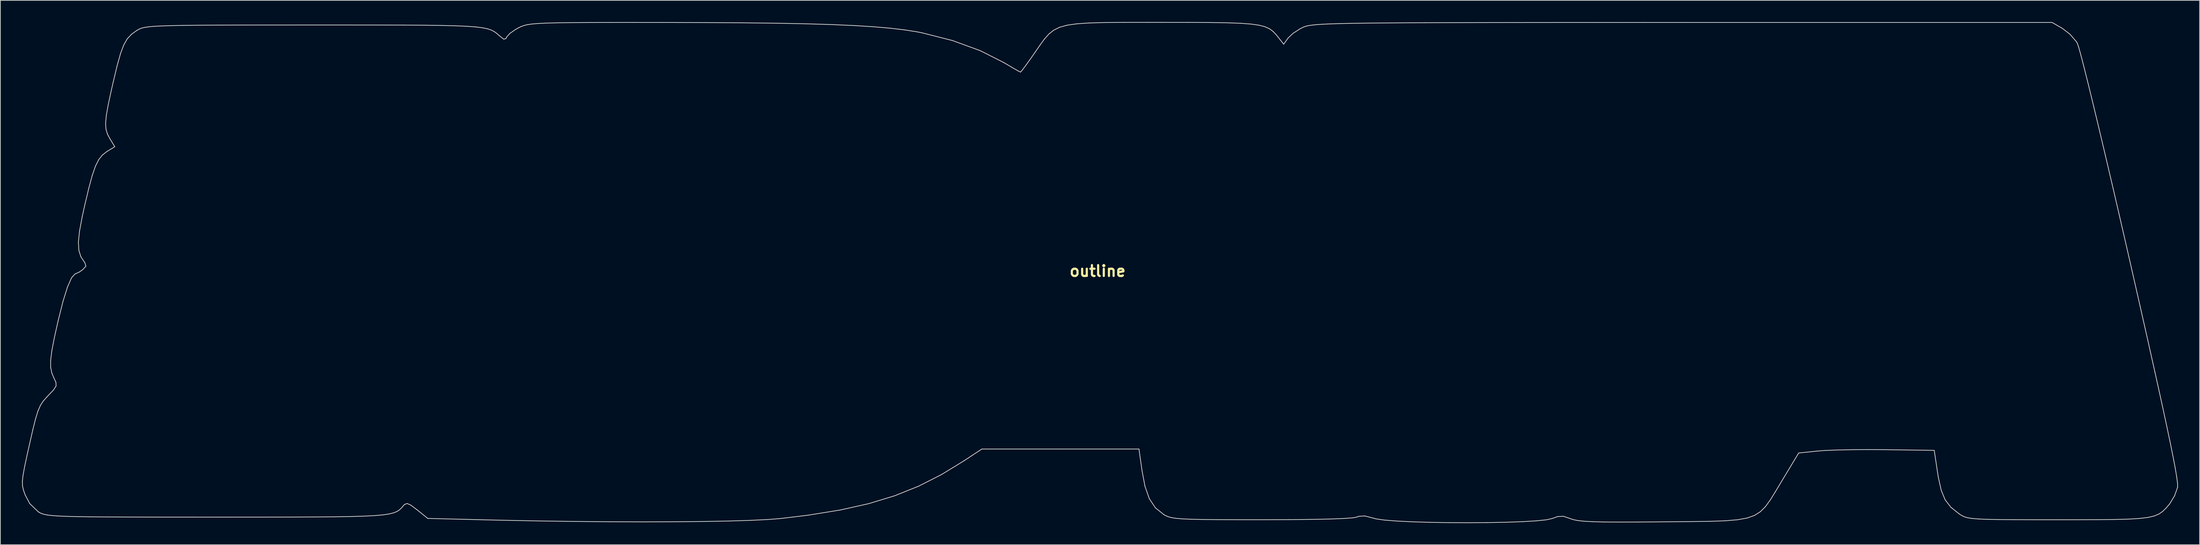
<source format=kicad_pcb>
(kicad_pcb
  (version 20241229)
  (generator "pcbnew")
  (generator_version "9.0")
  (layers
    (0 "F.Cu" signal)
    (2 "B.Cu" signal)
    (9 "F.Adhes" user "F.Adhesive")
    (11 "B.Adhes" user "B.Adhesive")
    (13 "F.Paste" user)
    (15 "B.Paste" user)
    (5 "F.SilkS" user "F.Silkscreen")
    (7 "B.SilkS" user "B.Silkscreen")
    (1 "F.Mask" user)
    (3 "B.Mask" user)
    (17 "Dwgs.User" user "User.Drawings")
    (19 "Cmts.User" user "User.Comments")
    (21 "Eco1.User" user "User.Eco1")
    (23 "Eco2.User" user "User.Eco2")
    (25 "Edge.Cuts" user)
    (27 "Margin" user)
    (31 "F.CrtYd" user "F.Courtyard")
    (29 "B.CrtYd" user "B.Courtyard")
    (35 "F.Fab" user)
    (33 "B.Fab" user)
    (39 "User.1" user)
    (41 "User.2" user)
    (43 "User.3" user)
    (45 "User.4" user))
  (footprint "outline"
    (layer "F.Cu")
    (at 149.045 34.522)
    (property "Reference" "outline" (at 0 0 0) (layer "F.SilkS") (effects (font (size 1.5 1.5) (thickness 0.3))))
    (attr board_only exclude_from_pos_files exclude_from_bom)
    (fp_line (start -148.995 29.164) (end -148.988 29.094) (stroke (width 0.1) (type default)) (layer "Edge.Cuts"))
    (fp_line (start -148.988 29.094) (end -148.902 28.3) (stroke (width 0.1) (type default)) (layer "Edge.Cuts"))
    (fp_line (start -148.969 29.816) (end -148.995 29.164) (stroke (width 0.1) (type default)) (layer "Edge.Cuts"))
    (fp_line (start -148.902 28.3) (end -148.678 27.086) (stroke (width 0.1) (type default)) (layer "Edge.Cuts"))
    (fp_line (start -148.836 30.391) (end -148.969 29.816) (stroke (width 0.1) (type default)) (layer "Edge.Cuts"))
    (fp_line (start -148.678 27.086) (end -148.313 25.384) (stroke (width 0.1) (type default)) (layer "Edge.Cuts"))
    (fp_line (start -148.608 31.028) (end -148.836 30.391) (stroke (width 0.1) (type default)) (layer "Edge.Cuts"))
    (fp_line (start -148.313 25.384) (end -148.017 24.058) (stroke (width 0.1) (type default)) (layer "Edge.Cuts"))
    (fp_line (start -148.017 24.058) (end -147.541 21.969) (stroke (width 0.1) (type default)) (layer "Edge.Cuts"))
    (fp_line (start -147.972 32.236) (end -148.608 31.028) (stroke (width 0.1) (type default)) (layer "Edge.Cuts"))
    (fp_line (start -147.541 21.969) (end -147.161 20.456) (stroke (width 0.1) (type default)) (layer "Edge.Cuts"))
    (fp_line (start -147.161 20.456) (end -146.827 19.381) (stroke (width 0.1) (type default)) (layer "Edge.Cuts"))
    (fp_line (start -146.827 19.381) (end -146.487 18.61) (stroke (width 0.1) (type default)) (layer "Edge.Cuts"))
    (fp_line (start -146.799 33.368) (end -147.972 32.236) (stroke (width 0.1) (type default)) (layer "Edge.Cuts"))
    (fp_line (start -146.637 33.465) (end -146.799 33.368) (stroke (width 0.1) (type default)) (layer "Edge.Cuts"))
    (fp_line (start -146.487 18.61) (end -146.089 18.006) (stroke (width 0.1) (type default)) (layer "Edge.Cuts"))
    (fp_line (start -146.366 33.6) (end -146.637 33.465) (stroke (width 0.1) (type default)) (layer "Edge.Cuts"))
    (fp_line (start -146.089 18.006) (end -145.581 17.434) (stroke (width 0.1) (type default)) (layer "Edge.Cuts"))
    (fp_line (start -146.027 33.714) (end -146.366 33.6) (stroke (width 0.1) (type default)) (layer "Edge.Cuts"))
    (fp_line (start -145.581 17.434) (end -145.443 17.292) (stroke (width 0.1) (type default)) (layer "Edge.Cuts"))
    (fp_line (start -145.565 33.81) (end -146.027 33.714) (stroke (width 0.1) (type default)) (layer "Edge.Cuts"))
    (fp_line (start -145.443 17.292) (end -144.662 16.464) (stroke (width 0.1) (type default)) (layer "Edge.Cuts"))
    (fp_line (start -145.079 12.389) (end -144.921 11.1) (stroke (width 0.1) (type default)) (layer "Edge.Cuts"))
    (fp_line (start -145.073 13.362) (end -145.079 12.389) (stroke (width 0.1) (type default)) (layer "Edge.Cuts"))
    (fp_line (start -144.925 33.889) (end -145.565 33.81) (stroke (width 0.1) (type default)) (layer "Edge.Cuts"))
    (fp_line (start -144.921 11.1) (end -144.592 9.37) (stroke (width 0.1) (type default)) (layer "Edge.Cuts"))
    (fp_line (start -144.912 14.144) (end -145.073 13.362) (stroke (width 0.1) (type default)) (layer "Edge.Cuts"))
    (fp_line (start -144.662 16.464) (end -144.323 15.918) (stroke (width 0.1) (type default)) (layer "Edge.Cuts"))
    (fp_line (start -144.607 14.861) (end -144.912 14.144) (stroke (width 0.1) (type default)) (layer "Edge.Cuts"))
    (fp_line (start -144.592 9.37) (end -144.082 7.074) (stroke (width 0.1) (type default)) (layer "Edge.Cuts"))
    (fp_line (start -144.346 15.428) (end -144.607 14.861) (stroke (width 0.1) (type default)) (layer "Edge.Cuts"))
    (fp_line (start -144.323 15.918) (end -144.346 15.428) (stroke (width 0.1) (type default)) (layer "Edge.Cuts"))
    (fp_line (start -144.082 7.074) (end -144.038 6.883) (stroke (width 0.1) (type default)) (layer "Edge.Cuts"))
    (fp_line (start -144.053 33.953) (end -144.925 33.889) (stroke (width 0.1) (type default)) (layer "Edge.Cuts"))
    (fp_line (start -144.038 6.883) (end -143.361 4.187) (stroke (width 0.1) (type default)) (layer "Edge.Cuts"))
    (fp_line (start -143.361 4.187) (end -142.74 2.201) (stroke (width 0.1) (type default)) (layer "Edge.Cuts"))
    (fp_line (start -142.894 34.003) (end -144.053 33.953) (stroke (width 0.1) (type default)) (layer "Edge.Cuts"))
    (fp_line (start -142.74 2.201) (end -142.177 0.929) (stroke (width 0.1) (type default)) (layer "Edge.Cuts"))
    (fp_line (start -142.177 0.929) (end -141.673 0.377) (stroke (width 0.1) (type default)) (layer "Edge.Cuts"))
    (fp_line (start -141.673 0.377) (end -141.563 0.351) (stroke (width 0.1) (type default)) (layer "Edge.Cuts"))
    (fp_line (start -141.563 0.351) (end -141.125 0.146) (stroke (width 0.1) (type default)) (layer "Edge.Cuts"))
    (fp_line (start -141.392 34.041) (end -142.894 34.003) (stroke (width 0.1) (type default)) (layer "Edge.Cuts"))
    (fp_line (start -141.233 -4.006) (end -141.079 -5.518) (stroke (width 0.1) (type default)) (layer "Edge.Cuts"))
    (fp_line (start -141.169 -2.868) (end -141.233 -4.006) (stroke (width 0.1) (type default)) (layer "Edge.Cuts"))
    (fp_line (start -141.125 0.146) (end -140.644 -0.182) (stroke (width 0.1) (type default)) (layer "Edge.Cuts"))
    (fp_line (start -141.079 -5.518) (end -140.706 -7.525) (stroke (width 0.1) (type default)) (layer "Edge.Cuts"))
    (fp_line (start -140.887 -1.981) (end -141.169 -2.868) (stroke (width 0.1) (type default)) (layer "Edge.Cuts"))
    (fp_line (start -140.706 -7.525) (end -140.372 -9.04) (stroke (width 0.1) (type default)) (layer "Edge.Cuts"))
    (fp_line (start -140.644 -0.182) (end -140.188 -0.68) (stroke (width 0.1) (type default)) (layer "Edge.Cuts"))
    (fp_line (start -140.387 -1.223) (end -140.887 -1.981) (stroke (width 0.1) (type default)) (layer "Edge.Cuts"))
    (fp_line (start -140.372 -9.04) (end -139.804 -11.435) (stroke (width 0.1) (type default)) (layer "Edge.Cuts"))
    (fp_line (start -140.34 -1.165) (end -140.387 -1.223) (stroke (width 0.1) (type default)) (layer "Edge.Cuts"))
    (fp_line (start -140.188 -0.68) (end -140.34 -1.165) (stroke (width 0.1) (type default)) (layer "Edge.Cuts"))
    (fp_line (start -139.804 -11.435) (end -139.32 -13.227) (stroke (width 0.1) (type default)) (layer "Edge.Cuts"))
    (fp_line (start -139.494 34.068) (end -141.392 34.041) (stroke (width 0.1) (type default)) (layer "Edge.Cuts"))
    (fp_line (start -139.32 -13.227) (end -138.874 -14.524) (stroke (width 0.1) (type default)) (layer "Edge.Cuts"))
    (fp_line (start -138.874 -14.524) (end -138.418 -15.438) (stroke (width 0.1) (type default)) (layer "Edge.Cuts"))
    (fp_line (start -138.418 -15.438) (end -137.908 -16.079) (stroke (width 0.1) (type default)) (layer "Edge.Cuts"))
    (fp_line (start -137.908 -16.079) (end -137.297 -16.558) (stroke (width 0.1) (type default)) (layer "Edge.Cuts"))
    (fp_line (start -137.462 -20.486) (end -137.36 -21.588) (stroke (width 0.1) (type default)) (layer "Edge.Cuts"))
    (fp_line (start -137.407 -19.657) (end -137.462 -20.486) (stroke (width 0.1) (type default)) (layer "Edge.Cuts"))
    (fp_line (start -137.36 -21.588) (end -137.093 -23.09) (stroke (width 0.1) (type default)) (layer "Edge.Cuts"))
    (fp_line (start -137.297 -16.558) (end -137.203 -16.617) (stroke (width 0.1) (type default)) (layer "Edge.Cuts"))
    (fp_line (start -137.203 -18.978) (end -137.407 -19.657) (stroke (width 0.1) (type default)) (layer "Edge.Cuts"))
    (fp_line (start -137.203 -16.617) (end -136.192 -17.236) (stroke (width 0.1) (type default)) (layer "Edge.Cuts"))
    (fp_line (start -137.144 34.087) (end -139.494 34.068) (stroke (width 0.1) (type default)) (layer "Edge.Cuts"))
    (fp_line (start -137.093 -23.09) (end -136.656 -25.115) (stroke (width 0.1) (type default)) (layer "Edge.Cuts"))
    (fp_line (start -136.855 -18.324) (end -137.203 -18.978) (stroke (width 0.1) (type default)) (layer "Edge.Cuts"))
    (fp_line (start -136.656 -25.115) (end -136.41 -26.19) (stroke (width 0.1) (type default)) (layer "Edge.Cuts"))
    (fp_line (start -136.41 -26.19) (end -135.868 -28.455) (stroke (width 0.1) (type default)) (layer "Edge.Cuts"))
    (fp_line (start -136.192 -17.236) (end -136.855 -18.324) (stroke (width 0.1) (type default)) (layer "Edge.Cuts"))
    (fp_line (start -135.868 -28.455) (end -135.4 -30.129) (stroke (width 0.1) (type default)) (layer "Edge.Cuts"))
    (fp_line (start -135.4 -30.129) (end -134.95 -31.333) (stroke (width 0.1) (type default)) (layer "Edge.Cuts"))
    (fp_line (start -134.95 -31.333) (end -134.461 -32.189) (stroke (width 0.1) (type default)) (layer "Edge.Cuts"))
    (fp_line (start -134.461 -32.189) (end -133.876 -32.821) (stroke (width 0.1) (type default)) (layer "Edge.Cuts"))
    (fp_line (start -134.288 34.099) (end -137.144 34.087) (stroke (width 0.1) (type default)) (layer "Edge.Cuts"))
    (fp_line (start -133.876 -32.821) (end -133.139 -33.349) (stroke (width 0.1) (type default)) (layer "Edge.Cuts"))
    (fp_line (start -133.139 -33.349) (end -133.058 -33.399) (stroke (width 0.1) (type default)) (layer "Edge.Cuts"))
    (fp_line (start -133.058 -33.399) (end -132.802 -33.541) (stroke (width 0.1) (type default)) (layer "Edge.Cuts"))
    (fp_line (start -132.802 -33.541) (end -132.499 -33.663) (stroke (width 0.1) (type default)) (layer "Edge.Cuts"))
    (fp_line (start -132.499 -33.663) (end -132.093 -33.766) (stroke (width 0.1) (type default)) (layer "Edge.Cuts"))
    (fp_line (start -132.093 -33.766) (end -131.531 -33.851) (stroke (width 0.1) (type default)) (layer "Edge.Cuts"))
    (fp_line (start -131.531 -33.851) (end -130.757 -33.921) (stroke (width 0.1) (type default)) (layer "Edge.Cuts"))
    (fp_line (start -130.87 34.105) (end -134.288 34.099) (stroke (width 0.1) (type default)) (layer "Edge.Cuts"))
    (fp_line (start -130.757 -33.921) (end -129.717 -33.977) (stroke (width 0.1) (type default)) (layer "Edge.Cuts"))
    (fp_line (start -129.717 -33.977) (end -128.354 -34.021) (stroke (width 0.1) (type default)) (layer "Edge.Cuts"))
    (fp_line (start -128.354 -34.021) (end -126.616 -34.053) (stroke (width 0.1) (type default)) (layer "Edge.Cuts"))
    (fp_line (start -126.836 34.108) (end -130.87 34.105) (stroke (width 0.1) (type default)) (layer "Edge.Cuts"))
    (fp_line (start -126.616 -34.053) (end -124.446 -34.076) (stroke (width 0.1) (type default)) (layer "Edge.Cuts"))
    (fp_line (start -124.446 -34.076) (end -121.79 -34.092) (stroke (width 0.1) (type default)) (layer "Edge.Cuts"))
    (fp_line (start -122.131 34.109) (end -126.836 34.108) (stroke (width 0.1) (type default)) (layer "Edge.Cuts"))
    (fp_line (start -121.79 -34.092) (end -118.592 -34.101) (stroke (width 0.1) (type default)) (layer "Edge.Cuts"))
    (fp_line (start -120.476 34.109) (end -122.131 34.109) (stroke (width 0.1) (type default)) (layer "Edge.Cuts"))
    (fp_line (start -118.592 -34.101) (end -114.799 -34.105) (stroke (width 0.1) (type default)) (layer "Edge.Cuts"))
    (fp_line (start -115.879 34.107) (end -120.476 34.109) (stroke (width 0.1) (type default)) (layer "Edge.Cuts"))
    (fp_line (start -114.799 -34.105) (end -110.355 -34.107) (stroke (width 0.1) (type default)) (layer "Edge.Cuts"))
    (fp_line (start -111.937 34.102) (end -115.879 34.107) (stroke (width 0.1) (type default)) (layer "Edge.Cuts"))
    (fp_line (start -110.355 -34.107) (end -108.561 -34.107) (stroke (width 0.1) (type default)) (layer "Edge.Cuts"))
    (fp_line (start -108.596 34.089) (end -111.937 34.102) (stroke (width 0.1) (type default)) (layer "Edge.Cuts"))
    (fp_line (start -108.561 -34.107) (end -103.802 -34.107) (stroke (width 0.1) (type default)) (layer "Edge.Cuts"))
    (fp_line (start -105.803 34.066) (end -108.596 34.089) (stroke (width 0.1) (type default)) (layer "Edge.Cuts"))
    (fp_line (start -103.802 -34.107) (end -99.713 -34.104) (stroke (width 0.1) (type default)) (layer "Edge.Cuts"))
    (fp_line (start -103.503 34.028) (end -105.803 34.066) (stroke (width 0.1) (type default)) (layer "Edge.Cuts"))
    (fp_line (start -101.644 33.973) (end -103.503 34.028) (stroke (width 0.1) (type default)) (layer "Edge.Cuts"))
    (fp_line (start -100.171 33.897) (end -101.644 33.973) (stroke (width 0.1) (type default)) (layer "Edge.Cuts"))
    (fp_line (start -99.713 -34.104) (end -96.24 -34.095) (stroke (width 0.1) (type default)) (layer "Edge.Cuts"))
    (fp_line (start -99.031 33.798) (end -100.171 33.897) (stroke (width 0.1) (type default)) (layer "Edge.Cuts"))
    (fp_line (start -98.171 33.671) (end -99.031 33.798) (stroke (width 0.1) (type default)) (layer "Edge.Cuts"))
    (fp_line (start -97.537 33.513) (end -98.171 33.671) (stroke (width 0.1) (type default)) (layer "Edge.Cuts"))
    (fp_line (start -97.075 33.322) (end -97.537 33.513) (stroke (width 0.1) (type default)) (layer "Edge.Cuts"))
    (fp_line (start -96.731 33.093) (end -97.075 33.322) (stroke (width 0.1) (type default)) (layer "Edge.Cuts"))
    (fp_line (start -96.453 32.824) (end -96.731 33.093) (stroke (width 0.1) (type default)) (layer "Edge.Cuts"))
    (fp_line (start -96.24 -34.095) (end -93.328 -34.076) (stroke (width 0.1) (type default)) (layer "Edge.Cuts"))
    (fp_line (start -96.186 32.511) (end -96.453 32.824) (stroke (width 0.1) (type default)) (layer "Edge.Cuts"))
    (fp_line (start -96.04 32.355) (end -96.186 32.511) (stroke (width 0.1) (type default)) (layer "Edge.Cuts"))
    (fp_line (start -95.682 32.22) (end -96.04 32.355) (stroke (width 0.1) (type default)) (layer "Edge.Cuts"))
    (fp_line (start -95.154 32.456) (end -95.682 32.22) (stroke (width 0.1) (type default)) (layer "Edge.Cuts"))
    (fp_line (start -94.271 33.122) (end -95.154 32.456) (stroke (width 0.1) (type default)) (layer "Edge.Cuts"))
    (fp_line (start -93.328 -34.076) (end -90.921 -34.044) (stroke (width 0.1) (type default)) (layer "Edge.Cuts"))
    (fp_line (start -92.819 34.29) (end -94.271 33.122) (stroke (width 0.1) (type default)) (layer "Edge.Cuts"))
    (fp_line (start -90.921 -34.044) (end -88.965 -33.996) (stroke (width 0.1) (type default)) (layer "Edge.Cuts"))
    (fp_line (start -88.965 -33.996) (end -87.404 -33.929) (stroke (width 0.1) (type default)) (layer "Edge.Cuts"))
    (fp_line (start -87.404 -33.929) (end -86.184 -33.84) (stroke (width 0.1) (type default)) (layer "Edge.Cuts"))
    (fp_line (start -86.184 -33.84) (end -85.249 -33.725) (stroke (width 0.1) (type default)) (layer "Edge.Cuts"))
    (fp_line (start -85.249 -33.725) (end -84.545 -33.581) (stroke (width 0.1) (type default)) (layer "Edge.Cuts"))
    (fp_line (start -84.782 34.488) (end -92.819 34.29) (stroke (width 0.1) (type default)) (layer "Edge.Cuts"))
    (fp_line (start -84.545 -33.581) (end -84.016 -33.404) (stroke (width 0.1) (type default)) (layer "Edge.Cuts"))
    (fp_line (start -84.016 -33.404) (end -83.608 -33.193) (stroke (width 0.1) (type default)) (layer "Edge.Cuts"))
    (fp_line (start -83.608 -33.193) (end -83.265 -32.942) (stroke (width 0.1) (type default)) (layer "Edge.Cuts"))
    (fp_line (start -83.265 -32.942) (end -82.932 -32.65) (stroke (width 0.1) (type default)) (layer "Edge.Cuts"))
    (fp_line (start -82.932 -32.65) (end -82.869 -32.592) (stroke (width 0.1) (type default)) (layer "Edge.Cuts"))
    (fp_line (start -82.869 -32.592) (end -82.295 -32.148) (stroke (width 0.1) (type default)) (layer "Edge.Cuts"))
    (fp_line (start -82.628 34.538) (end -84.782 34.488) (stroke (width 0.1) (type default)) (layer "Edge.Cuts"))
    (fp_line (start -82.295 -32.148) (end -81.999 -32.214) (stroke (width 0.1) (type default)) (layer "Edge.Cuts"))
    (fp_line (start -81.999 -32.214) (end -81.888 -32.44) (stroke (width 0.1) (type default)) (layer "Edge.Cuts"))
    (fp_line (start -81.888 -32.44) (end -81.454 -32.931) (stroke (width 0.1) (type default)) (layer "Edge.Cuts"))
    (fp_line (start -81.454 -32.931) (end -80.611 -33.517) (stroke (width 0.1) (type default)) (layer "Edge.Cuts"))
    (fp_line (start -80.611 -33.517) (end -80.224 -33.729) (stroke (width 0.1) (type default)) (layer "Edge.Cuts"))
    (fp_line (start -80.224 -33.729) (end -79.876 -33.896) (stroke (width 0.1) (type default)) (layer "Edge.Cuts"))
    (fp_line (start -79.876 -33.896) (end -79.498 -34.035) (stroke (width 0.1) (type default)) (layer "Edge.Cuts"))
    (fp_line (start -79.498 -34.035) (end -79.026 -34.15) (stroke (width 0.1) (type default)) (layer "Edge.Cuts"))
    (fp_line (start -79.026 -34.15) (end -78.398 -34.242) (stroke (width 0.1) (type default)) (layer "Edge.Cuts"))
    (fp_line (start -78.398 -34.242) (end -77.548 -34.315) (stroke (width 0.1) (type default)) (layer "Edge.Cuts"))
    (fp_line (start -77.548 -34.315) (end -76.415 -34.37) (stroke (width 0.1) (type default)) (layer "Edge.Cuts"))
    (fp_line (start -77.547 34.638) (end -82.628 34.538) (stroke (width 0.1) (type default)) (layer "Edge.Cuts"))
    (fp_line (start -76.415 -34.37) (end -74.933 -34.409) (stroke (width 0.1) (type default)) (layer "Edge.Cuts"))
    (fp_line (start -74.933 -34.409) (end -73.04 -34.435) (stroke (width 0.1) (type default)) (layer "Edge.Cuts"))
    (fp_line (start -73.04 -34.435) (end -70.672 -34.451) (stroke (width 0.1) (type default)) (layer "Edge.Cuts"))
    (fp_line (start -72.541 34.709) (end -77.547 34.638) (stroke (width 0.1) (type default)) (layer "Edge.Cuts"))
    (fp_line (start -70.672 -34.451) (end -67.766 -34.459) (stroke (width 0.1) (type default)) (layer "Edge.Cuts"))
    (fp_line (start -67.766 -34.459) (end -64.257 -34.46) (stroke (width 0.1) (type default)) (layer "Edge.Cuts"))
    (fp_line (start -67.685 34.752) (end -72.541 34.709) (stroke (width 0.1) (type default)) (layer "Edge.Cuts"))
    (fp_line (start -64.257 -34.46) (end -60.339 -34.458) (stroke (width 0.1) (type default)) (layer "Edge.Cuts"))
    (fp_line (start -63.049 34.767) (end -67.685 34.752) (stroke (width 0.1) (type default)) (layer "Edge.Cuts"))
    (fp_line (start -60.339 -34.458) (end -54.387 -34.444) (stroke (width 0.1) (type default)) (layer "Edge.Cuts"))
    (fp_line (start -58.706 34.755) (end -63.049 34.767) (stroke (width 0.1) (type default)) (layer "Edge.Cuts"))
    (fp_line (start -54.728 34.717) (end -58.706 34.755) (stroke (width 0.1) (type default)) (layer "Edge.Cuts"))
    (fp_line (start -54.387 -34.444) (end -49.108 -34.41) (stroke (width 0.1) (type default)) (layer "Edge.Cuts"))
    (fp_line (start -51.187 34.652) (end -54.728 34.717) (stroke (width 0.1) (type default)) (layer "Edge.Cuts"))
    (fp_line (start -49.108 -34.41) (end -44.454 -34.353) (stroke (width 0.1) (type default)) (layer "Edge.Cuts"))
    (fp_line (start -48.155 34.56) (end -51.187 34.652) (stroke (width 0.1) (type default)) (layer "Edge.Cuts"))
    (fp_line (start -45.704 34.443) (end -48.155 34.56) (stroke (width 0.1) (type default)) (layer "Edge.Cuts"))
    (fp_line (start -44.454 -34.353) (end -40.372 -34.272) (stroke (width 0.1) (type default)) (layer "Edge.Cuts"))
    (fp_line (start -43.906 34.3) (end -45.704 34.443) (stroke (width 0.1) (type default)) (layer "Edge.Cuts"))
    (fp_line (start -40.372 -34.272) (end -36.812 -34.165) (stroke (width 0.1) (type default)) (layer "Edge.Cuts"))
    (fp_line (start -40.148 33.845) (end -43.906 34.3) (stroke (width 0.1) (type default)) (layer "Edge.Cuts"))
    (fp_line (start -36.812 -34.165) (end -33.724 -34.03) (stroke (width 0.1) (type default)) (layer "Edge.Cuts"))
    (fp_line (start -35.669 33.124) (end -40.148 33.845) (stroke (width 0.1) (type default)) (layer "Edge.Cuts"))
    (fp_line (start -33.724 -34.03) (end -31.055 -33.864) (stroke (width 0.1) (type default)) (layer "Edge.Cuts"))
    (fp_line (start -31.697 32.236) (end -35.669 33.124) (stroke (width 0.1) (type default)) (layer "Edge.Cuts"))
    (fp_line (start -31.055 -33.864) (end -28.756 -33.666) (stroke (width 0.1) (type default)) (layer "Edge.Cuts"))
    (fp_line (start -28.756 -33.666) (end -26.775 -33.433) (stroke (width 0.1) (type default)) (layer "Edge.Cuts"))
    (fp_line (start -28.111 31.145) (end -31.697 32.236) (stroke (width 0.1) (type default)) (layer "Edge.Cuts"))
    (fp_line (start -26.775 -33.433) (end -25.062 -33.165) (stroke (width 0.1) (type default)) (layer "Edge.Cuts"))
    (fp_line (start -25.062 -33.165) (end -24.34 -33.026) (stroke (width 0.1) (type default)) (layer "Edge.Cuts"))
    (fp_line (start -24.79 29.812) (end -28.111 31.145) (stroke (width 0.1) (type default)) (layer "Edge.Cuts"))
    (fp_line (start -24.34 -33.026) (end -20.122 -31.955) (stroke (width 0.1) (type default)) (layer "Edge.Cuts"))
    (fp_line (start -21.612 28.198) (end -24.79 29.812) (stroke (width 0.1) (type default)) (layer "Edge.Cuts"))
    (fp_line (start -20.122 -31.955) (end -16.282 -30.557) (stroke (width 0.1) (type default)) (layer "Edge.Cuts"))
    (fp_line (start -18.457 26.265) (end -21.612 28.198) (stroke (width 0.1) (type default)) (layer "Edge.Cuts"))
    (fp_line (start -16.282 -30.557) (end -12.975 -28.888) (stroke (width 0.1) (type default)) (layer "Edge.Cuts"))
    (fp_line (start -16.05 24.674) (end -18.457 26.265) (stroke (width 0.1) (type default)) (layer "Edge.Cuts"))
    (fp_line (start -12.975 -28.888) (end -12.909 -28.848) (stroke (width 0.1) (type default)) (layer "Edge.Cuts"))
    (fp_line (start -12.909 -28.848) (end -11.834 -28.211) (stroke (width 0.1) (type default)) (layer "Edge.Cuts"))
    (fp_line (start -11.834 -28.211) (end -11.035 -27.754) (stroke (width 0.1) (type default)) (layer "Edge.Cuts"))
    (fp_line (start -11.035 -27.754) (end -10.683 -27.577) (stroke (width 0.1) (type default)) (layer "Edge.Cuts"))
    (fp_line (start -10.683 -27.577) (end -10.682 -27.577) (stroke (width 0.1) (type default)) (layer "Edge.Cuts"))
    (fp_line (start -10.682 -27.577) (end -10.44 -27.855) (stroke (width 0.1) (type default)) (layer "Edge.Cuts"))
    (fp_line (start -10.44 -27.855) (end -9.885 -28.599) (stroke (width 0.1) (type default)) (layer "Edge.Cuts"))
    (fp_line (start -9.885 -28.599) (end -9.117 -29.678) (stroke (width 0.1) (type default)) (layer "Edge.Cuts"))
    (fp_line (start -9.117 -29.678) (end -8.668 -30.323) (stroke (width 0.1) (type default)) (layer "Edge.Cuts"))
    (fp_line (start -8.668 -30.323) (end -7.961 -31.35) (stroke (width 0.1) (type default)) (layer "Edge.Cuts"))
    (fp_line (start -7.961 -31.35) (end -7.345 -32.193) (stroke (width 0.1) (type default)) (layer "Edge.Cuts"))
    (fp_line (start -7.345 -32.193) (end -6.742 -32.868) (stroke (width 0.1) (type default)) (layer "Edge.Cuts"))
    (fp_line (start -6.742 -32.868) (end -6.074 -33.395) (stroke (width 0.1) (type default)) (layer "Edge.Cuts"))
    (fp_line (start -6.074 -33.395) (end -5.265 -33.792) (stroke (width 0.1) (type default)) (layer "Edge.Cuts"))
    (fp_line (start -5.265 -33.792) (end -4.236 -34.078) (stroke (width 0.1) (type default)) (layer "Edge.Cuts"))
    (fp_line (start -5.159 24.674) (end -16.05 24.674) (stroke (width 0.1) (type default)) (layer "Edge.Cuts"))
    (fp_line (start -4.236 -34.078) (end -2.909 -34.27) (stroke (width 0.1) (type default)) (layer "Edge.Cuts"))
    (fp_line (start -2.909 -34.27) (end -1.208 -34.387) (stroke (width 0.1) (type default)) (layer "Edge.Cuts"))
    (fp_line (start -1.208 -34.387) (end 0.946 -34.448) (stroke (width 0.1) (type default)) (layer "Edge.Cuts"))
    (fp_line (start 0.946 -34.448) (end 3.63 -34.47) (stroke (width 0.1) (type default)) (layer "Edge.Cuts"))
    (fp_line (start 3.63 -34.47) (end 6.923 -34.472) (stroke (width 0.1) (type default)) (layer "Edge.Cuts"))
    (fp_line (start 5.731 24.674) (end -5.159 24.674) (stroke (width 0.1) (type default)) (layer "Edge.Cuts"))
    (fp_line (start 6.162 27.714) (end 5.731 24.674) (stroke (width 0.1) (type default)) (layer "Edge.Cuts"))
    (fp_line (start 6.565 29.846) (end 6.162 27.714) (stroke (width 0.1) (type default)) (layer "Edge.Cuts"))
    (fp_line (start 6.923 -34.472) (end 8.887 -34.471) (stroke (width 0.1) (type default)) (layer "Edge.Cuts"))
    (fp_line (start 7.167 31.563) (end 6.565 29.846) (stroke (width 0.1) (type default)) (layer "Edge.Cuts"))
    (fp_line (start 8.01 32.82) (end 7.167 31.563) (stroke (width 0.1) (type default)) (layer "Edge.Cuts"))
    (fp_line (start 8.887 -34.471) (end 12.522 -34.468) (stroke (width 0.1) (type default)) (layer "Edge.Cuts"))
    (fp_line (start 9.159 33.748) (end 8.01 32.82) (stroke (width 0.1) (type default)) (layer "Edge.Cuts"))
    (fp_line (start 9.354 33.861) (end 9.159 33.748) (stroke (width 0.1) (type default)) (layer "Edge.Cuts"))
    (fp_line (start 9.725 34.033) (end 9.354 33.861) (stroke (width 0.1) (type default)) (layer "Edge.Cuts"))
    (fp_line (start 10.194 34.169) (end 9.725 34.033) (stroke (width 0.1) (type default)) (layer "Edge.Cuts"))
    (fp_line (start 10.838 34.274) (end 10.194 34.169) (stroke (width 0.1) (type default)) (layer "Edge.Cuts"))
    (fp_line (start 11.737 34.351) (end 10.838 34.274) (stroke (width 0.1) (type default)) (layer "Edge.Cuts"))
    (fp_line (start 12.522 -34.468) (end 15.505 -34.452) (stroke (width 0.1) (type default)) (layer "Edge.Cuts"))
    (fp_line (start 12.968 34.404) (end 11.737 34.351) (stroke (width 0.1) (type default)) (layer "Edge.Cuts"))
    (fp_line (start 14.611 34.439) (end 12.968 34.404) (stroke (width 0.1) (type default)) (layer "Edge.Cuts"))
    (fp_line (start 15.505 -34.452) (end 17.909 -34.414) (stroke (width 0.1) (type default)) (layer "Edge.Cuts"))
    (fp_line (start 16.744 34.459) (end 14.611 34.439) (stroke (width 0.1) (type default)) (layer "Edge.Cuts"))
    (fp_line (start 17.909 -34.414) (end 19.809 -34.344) (stroke (width 0.1) (type default)) (layer "Edge.Cuts"))
    (fp_line (start 19.445 34.468) (end 16.744 34.459) (stroke (width 0.1) (type default)) (layer "Edge.Cuts"))
    (fp_line (start 19.809 -34.344) (end 21.279 -34.234) (stroke (width 0.1) (type default)) (layer "Edge.Cuts"))
    (fp_line (start 21.279 -34.234) (end 22.392 -34.074) (stroke (width 0.1) (type default)) (layer "Edge.Cuts"))
    (fp_line (start 22.392 -34.074) (end 23.221 -33.855) (stroke (width 0.1) (type default)) (layer "Edge.Cuts"))
    (fp_line (start 22.793 34.47) (end 19.445 34.468) (stroke (width 0.1) (type default)) (layer "Edge.Cuts"))
    (fp_line (start 23.221 -33.855) (end 23.842 -33.567) (stroke (width 0.1) (type default)) (layer "Edge.Cuts"))
    (fp_line (start 23.842 -33.567) (end 24.327 -33.202) (stroke (width 0.1) (type default)) (layer "Edge.Cuts"))
    (fp_line (start 24.327 -33.202) (end 24.75 -32.751) (stroke (width 0.1) (type default)) (layer "Edge.Cuts"))
    (fp_line (start 24.75 -32.751) (end 24.988 -32.456) (stroke (width 0.1) (type default)) (layer "Edge.Cuts"))
    (fp_line (start 24.988 -32.456) (end 25.786 -31.441) (stroke (width 0.1) (type default)) (layer "Edge.Cuts"))
    (fp_line (start 25.786 -31.441) (end 26.367 -32.27) (stroke (width 0.1) (type default)) (layer "Edge.Cuts"))
    (fp_line (start 26.367 -32.27) (end 27.063 -32.94) (stroke (width 0.1) (type default)) (layer "Edge.Cuts"))
    (fp_line (start 26.474 34.459) (end 22.793 34.47) (stroke (width 0.1) (type default)) (layer "Edge.Cuts"))
    (fp_line (start 27.063 -32.94) (end 28.093 -33.605) (stroke (width 0.1) (type default)) (layer "Edge.Cuts"))
    (fp_line (start 28.093 -33.605) (end 28.442 -33.777) (stroke (width 0.1) (type default)) (layer "Edge.Cuts"))
    (fp_line (start 28.442 -33.777) (end 28.67 -33.871) (stroke (width 0.1) (type default)) (layer "Edge.Cuts"))
    (fp_line (start 28.67 -33.871) (end 28.945 -33.957) (stroke (width 0.1) (type default)) (layer "Edge.Cuts"))
    (fp_line (start 28.945 -33.957) (end 29.3 -34.033) (stroke (width 0.1) (type default)) (layer "Edge.Cuts"))
    (fp_line (start 29.3 -34.033) (end 29.774 -34.101) (stroke (width 0.1) (type default)) (layer "Edge.Cuts"))
    (fp_line (start 29.615 34.426) (end 26.474 34.459) (stroke (width 0.1) (type default)) (layer "Edge.Cuts"))
    (fp_line (start 29.774 -34.101) (end 30.401 -34.162) (stroke (width 0.1) (type default)) (layer "Edge.Cuts"))
    (fp_line (start 30.401 -34.162) (end 31.219 -34.215) (stroke (width 0.1) (type default)) (layer "Edge.Cuts"))
    (fp_line (start 31.219 -34.215) (end 32.264 -34.262) (stroke (width 0.1) (type default)) (layer "Edge.Cuts"))
    (fp_line (start 32.167 34.373) (end 29.615 34.426) (stroke (width 0.1) (type default)) (layer "Edge.Cuts"))
    (fp_line (start 32.264 -34.262) (end 33.572 -34.302) (stroke (width 0.1) (type default)) (layer "Edge.Cuts"))
    (fp_line (start 33.572 -34.302) (end 35.179 -34.336) (stroke (width 0.1) (type default)) (layer "Edge.Cuts"))
    (fp_line (start 34.096 34.299) (end 32.167 34.373) (stroke (width 0.1) (type default)) (layer "Edge.Cuts"))
    (fp_line (start 35.179 -34.336) (end 37.122 -34.365) (stroke (width 0.1) (type default)) (layer "Edge.Cuts"))
    (fp_line (start 35.368 34.206) (end 34.096 34.299) (stroke (width 0.1) (type default)) (layer "Edge.Cuts"))
    (fp_line (start 35.949 34.095) (end 35.368 34.206) (stroke (width 0.1) (type default)) (layer "Edge.Cuts"))
    (fp_line (start 36.184 33.995) (end 35.949 34.095) (stroke (width 0.1) (type default)) (layer "Edge.Cuts"))
    (fp_line (start 37.036 33.948) (end 36.184 33.995) (stroke (width 0.1) (type default)) (layer "Edge.Cuts"))
    (fp_line (start 37.122 -34.365) (end 39.437 -34.388) (stroke (width 0.1) (type default)) (layer "Edge.Cuts"))
    (fp_line (start 38.296 34.276) (end 37.036 33.948) (stroke (width 0.1) (type default)) (layer "Edge.Cuts"))
    (fp_line (start 38.568 34.349) (end 38.296 34.276) (stroke (width 0.1) (type default)) (layer "Edge.Cuts"))
    (fp_line (start 39.437 -34.388) (end 42.16 -34.408) (stroke (width 0.1) (type default)) (layer "Edge.Cuts"))
    (fp_line (start 39.714 34.515) (end 38.568 34.349) (stroke (width 0.1) (type default)) (layer "Edge.Cuts"))
    (fp_line (start 41.406 34.65) (end 39.714 34.515) (stroke (width 0.1) (type default)) (layer "Edge.Cuts"))
    (fp_line (start 42.16 -34.408) (end 45.327 -34.423) (stroke (width 0.1) (type default)) (layer "Edge.Cuts"))
    (fp_line (start 43.529 34.756) (end 41.406 34.65) (stroke (width 0.1) (type default)) (layer "Edge.Cuts"))
    (fp_line (start 45.327 -34.423) (end 48.975 -34.435) (stroke (width 0.1) (type default)) (layer "Edge.Cuts"))
    (fp_line (start 45.968 34.83) (end 43.529 34.756) (stroke (width 0.1) (type default)) (layer "Edge.Cuts"))
    (fp_line (start 48.607 34.874) (end 45.968 34.83) (stroke (width 0.1) (type default)) (layer "Edge.Cuts"))
    (fp_line (start 48.975 -34.435) (end 53.141 -34.444) (stroke (width 0.1) (type default)) (layer "Edge.Cuts"))
    (fp_line (start 51.331 34.887) (end 48.607 34.874) (stroke (width 0.1) (type default)) (layer "Edge.Cuts"))
    (fp_line (start 53.141 -34.444) (end 57.859 -34.45) (stroke (width 0.1) (type default)) (layer "Edge.Cuts"))
    (fp_line (start 54.023 34.869) (end 51.331 34.887) (stroke (width 0.1) (type default)) (layer "Edge.Cuts"))
    (fp_line (start 56.568 34.82) (end 54.023 34.869) (stroke (width 0.1) (type default)) (layer "Edge.Cuts"))
    (fp_line (start 57.859 -34.45) (end 63.167 -34.454) (stroke (width 0.1) (type default)) (layer "Edge.Cuts"))
    (fp_line (start 58.851 34.74) (end 56.568 34.82) (stroke (width 0.1) (type default)) (layer "Edge.Cuts"))
    (fp_line (start 60.755 34.628) (end 58.851 34.74) (stroke (width 0.1) (type default)) (layer "Edge.Cuts"))
    (fp_line (start 62.166 34.484) (end 60.755 34.628) (stroke (width 0.1) (type default)) (layer "Edge.Cuts"))
    (fp_line (start 62.967 34.309) (end 62.166 34.484) (stroke (width 0.1) (type default)) (layer "Edge.Cuts"))
    (fp_line (start 63.167 -34.454) (end 69.102 -34.456) (stroke (width 0.1) (type default)) (layer "Edge.Cuts"))
    (fp_line (start 63.766 34.025) (end 62.967 34.309) (stroke (width 0.1) (type default)) (layer "Edge.Cuts"))
    (fp_line (start 64.551 33.997) (end 63.766 34.025) (stroke (width 0.1) (type default)) (layer "Edge.Cuts"))
    (fp_line (start 65.529 34.327) (end 64.551 33.997) (stroke (width 0.1) (type default)) (layer "Edge.Cuts"))
    (fp_line (start 65.923 34.461) (end 65.529 34.327) (stroke (width 0.1) (type default)) (layer "Edge.Cuts"))
    (fp_line (start 66.551 34.587) (end 65.923 34.461) (stroke (width 0.1) (type default)) (layer "Edge.Cuts"))
    (fp_line (start 67.427 34.681) (end 66.551 34.587) (stroke (width 0.1) (type default)) (layer "Edge.Cuts"))
    (fp_line (start 68.631 34.745) (end 67.427 34.681) (stroke (width 0.1) (type default)) (layer "Edge.Cuts"))
    (fp_line (start 69.102 -34.456) (end 75.698 -34.457) (stroke (width 0.1) (type default)) (layer "Edge.Cuts"))
    (fp_line (start 70.243 34.783) (end 68.631 34.745) (stroke (width 0.1) (type default)) (layer "Edge.Cuts"))
    (fp_line (start 72.342 34.796) (end 70.243 34.783) (stroke (width 0.1) (type default)) (layer "Edge.Cuts"))
    (fp_line (start 75.008 34.789) (end 72.342 34.796) (stroke (width 0.1) (type default)) (layer "Edge.Cuts"))
    (fp_line (start 75.698 -34.457) (end 81.099 -34.457) (stroke (width 0.1) (type default)) (layer "Edge.Cuts"))
    (fp_line (start 78.32 34.762) (end 75.008 34.789) (stroke (width 0.1) (type default)) (layer "Edge.Cuts"))
    (fp_line (start 78.828 34.758) (end 78.32 34.762) (stroke (width 0.1) (type default)) (layer "Edge.Cuts"))
    (fp_line (start 81.099 -34.457) (end 132.261 -34.459) (stroke (width 0.1) (type default)) (layer "Edge.Cuts"))
    (fp_line (start 82.149 34.73) (end 78.828 34.758) (stroke (width 0.1) (type default)) (layer "Edge.Cuts"))
    (fp_line (start 84.842 34.692) (end 82.149 34.73) (stroke (width 0.1) (type default)) (layer "Edge.Cuts"))
    (fp_line (start 86.99 34.617) (end 84.842 34.692) (stroke (width 0.1) (type default)) (layer "Edge.Cuts"))
    (fp_line (start 88.678 34.474) (end 86.99 34.617) (stroke (width 0.1) (type default)) (layer "Edge.Cuts"))
    (fp_line (start 89.992 34.237) (end 88.678 34.474) (stroke (width 0.1) (type default)) (layer "Edge.Cuts"))
    (fp_line (start 91.015 33.875) (end 89.992 34.237) (stroke (width 0.1) (type default)) (layer "Edge.Cuts"))
    (fp_line (start 91.834 33.36) (end 91.015 33.875) (stroke (width 0.1) (type default)) (layer "Edge.Cuts"))
    (fp_line (start 92.531 32.663) (end 91.834 33.36) (stroke (width 0.1) (type default)) (layer "Edge.Cuts"))
    (fp_line (start 93.193 31.757) (end 92.531 32.663) (stroke (width 0.1) (type default)) (layer "Edge.Cuts"))
    (fp_line (start 93.903 30.611) (end 93.193 31.757) (stroke (width 0.1) (type default)) (layer "Edge.Cuts"))
    (fp_line (start 94.747 29.198) (end 93.903 30.611) (stroke (width 0.1) (type default)) (layer "Edge.Cuts"))
    (fp_line (start 97.147 25.219) (end 94.747 29.198) (stroke (width 0.1) (type default)) (layer "Edge.Cuts"))
    (fp_line (start 99.827 24.943) (end 97.147 25.219) (stroke (width 0.1) (type default)) (layer "Edge.Cuts"))
    (fp_line (start 100.744 24.875) (end 99.827 24.943) (stroke (width 0.1) (type default)) (layer "Edge.Cuts"))
    (fp_line (start 102.438 24.806) (end 100.744 24.875) (stroke (width 0.1) (type default)) (layer "Edge.Cuts"))
    (fp_line (start 104.537 24.762) (end 102.438 24.806) (stroke (width 0.1) (type default)) (layer "Edge.Cuts"))
    (fp_line (start 106.858 24.746) (end 104.537 24.762) (stroke (width 0.1) (type default)) (layer "Edge.Cuts"))
    (fp_line (start 109.219 24.762) (end 106.858 24.746) (stroke (width 0.1) (type default)) (layer "Edge.Cuts"))
    (fp_line (start 115.931 24.856) (end 109.219 24.762) (stroke (width 0.1) (type default)) (layer "Edge.Cuts"))
    (fp_line (start 116.393 27.94) (end 115.931 24.856) (stroke (width 0.1) (type default)) (layer "Edge.Cuts"))
    (fp_line (start 116.492 28.564) (end 116.393 27.94) (stroke (width 0.1) (type default)) (layer "Edge.Cuts"))
    (fp_line (start 116.894 30.384) (end 116.492 28.564) (stroke (width 0.1) (type default)) (layer "Edge.Cuts"))
    (fp_line (start 117.444 31.716) (end 116.894 30.384) (stroke (width 0.1) (type default)) (layer "Edge.Cuts"))
    (fp_line (start 118.239 32.745) (end 117.444 31.716) (stroke (width 0.1) (type default)) (layer "Edge.Cuts"))
    (fp_line (start 119.376 33.655) (end 118.239 32.745) (stroke (width 0.1) (type default)) (layer "Edge.Cuts"))
    (fp_line (start 119.392 33.665) (end 119.376 33.655) (stroke (width 0.1) (type default)) (layer "Edge.Cuts"))
    (fp_line (start 119.727 33.882) (end 119.392 33.665) (stroke (width 0.1) (type default)) (layer "Edge.Cuts"))
    (fp_line (start 120.083 34.055) (end 119.727 33.882) (stroke (width 0.1) (type default)) (layer "Edge.Cuts"))
    (fp_line (start 120.537 34.191) (end 120.083 34.055) (stroke (width 0.1) (type default)) (layer "Edge.Cuts"))
    (fp_line (start 121.168 34.294) (end 120.537 34.191) (stroke (width 0.1) (type default)) (layer "Edge.Cuts"))
    (fp_line (start 122.054 34.367) (end 121.168 34.294) (stroke (width 0.1) (type default)) (layer "Edge.Cuts"))
    (fp_line (start 123.274 34.417) (end 122.054 34.367) (stroke (width 0.1) (type default)) (layer "Edge.Cuts"))
    (fp_line (start 124.906 34.448) (end 123.274 34.417) (stroke (width 0.1) (type default)) (layer "Edge.Cuts"))
    (fp_line (start 127.029 34.464) (end 124.906 34.448) (stroke (width 0.1) (type default)) (layer "Edge.Cuts"))
    (fp_line (start 129.72 34.47) (end 127.029 34.464) (stroke (width 0.1) (type default)) (layer "Edge.Cuts"))
    (fp_line (start 132.261 -34.459) (end 133.668 -33.649) (stroke (width 0.1) (type default)) (layer "Edge.Cuts"))
    (fp_line (start 133.059 34.471) (end 129.72 34.47) (stroke (width 0.1) (type default)) (layer "Edge.Cuts"))
    (fp_line (start 133.668 -33.649) (end 134.735 -32.828) (stroke (width 0.1) (type default)) (layer "Edge.Cuts"))
    (fp_line (start 134.735 -32.828) (end 135.617 -31.809) (stroke (width 0.1) (type default)) (layer "Edge.Cuts"))
    (fp_line (start 135.263 34.471) (end 133.059 34.471) (stroke (width 0.1) (type default)) (layer "Edge.Cuts"))
    (fp_line (start 135.617 -31.809) (end 135.762 -31.569) (stroke (width 0.1) (type default)) (layer "Edge.Cuts"))
    (fp_line (start 135.762 -31.569) (end 135.947 -31.025) (stroke (width 0.1) (type default)) (layer "Edge.Cuts"))
    (fp_line (start 135.947 -31.025) (end 136.278 -29.829) (stroke (width 0.1) (type default)) (layer "Edge.Cuts"))
    (fp_line (start 136.278 -29.829) (end 136.742 -28.034) (stroke (width 0.1) (type default)) (layer "Edge.Cuts"))
    (fp_line (start 136.742 -28.034) (end 137.325 -25.696) (stroke (width 0.1) (type default)) (layer "Edge.Cuts"))
    (fp_line (start 137.325 -25.696) (end 138.014 -22.87) (stroke (width 0.1) (type default)) (layer "Edge.Cuts"))
    (fp_line (start 138.014 -22.87) (end 138.796 -19.61) (stroke (width 0.1) (type default)) (layer "Edge.Cuts"))
    (fp_line (start 138.365 34.464) (end 135.263 34.471) (stroke (width 0.1) (type default)) (layer "Edge.Cuts"))
    (fp_line (start 138.796 -19.61) (end 139.657 -15.972) (stroke (width 0.1) (type default)) (layer "Edge.Cuts"))
    (fp_line (start 139.657 -15.972) (end 140.586 -12.011) (stroke (width 0.1) (type default)) (layer "Edge.Cuts"))
    (fp_line (start 140.586 -12.011) (end 141.567 -7.781) (stroke (width 0.1) (type default)) (layer "Edge.Cuts"))
    (fp_line (start 140.866 34.439) (end 138.365 34.464) (stroke (width 0.1) (type default)) (layer "Edge.Cuts"))
    (fp_line (start 141.567 -7.781) (end 142.589 -3.338) (stroke (width 0.1) (type default)) (layer "Edge.Cuts"))
    (fp_line (start 142.589 -3.338) (end 143.169 -0.799) (stroke (width 0.1) (type default)) (layer "Edge.Cuts"))
    (fp_line (start 142.843 34.387) (end 140.866 34.439) (stroke (width 0.1) (type default)) (layer "Edge.Cuts"))
    (fp_line (start 143.169 -0.799) (end 144.444 4.815) (stroke (width 0.1) (type default)) (layer "Edge.Cuts"))
    (fp_line (start 144.373 34.295) (end 142.843 34.387) (stroke (width 0.1) (type default)) (layer "Edge.Cuts"))
    (fp_line (start 144.444 4.815) (end 145.559 9.757) (stroke (width 0.1) (type default)) (layer "Edge.Cuts"))
    (fp_line (start 145.533 34.155) (end 144.373 34.295) (stroke (width 0.1) (type default)) (layer "Edge.Cuts"))
    (fp_line (start 145.559 9.757) (end 146.523 14.065) (stroke (width 0.1) (type default)) (layer "Edge.Cuts"))
    (fp_line (start 146.401 33.954) (end 145.533 34.155) (stroke (width 0.1) (type default)) (layer "Edge.Cuts"))
    (fp_line (start 146.523 14.065) (end 147.342 17.772) (stroke (width 0.1) (type default)) (layer "Edge.Cuts"))
    (fp_line (start 147.055 33.682) (end 146.401 33.954) (stroke (width 0.1) (type default)) (layer "Edge.Cuts"))
    (fp_line (start 147.342 17.772) (end 148.024 20.915) (stroke (width 0.1) (type default)) (layer "Edge.Cuts"))
    (fp_line (start 147.571 33.328) (end 147.055 33.682) (stroke (width 0.1) (type default)) (layer "Edge.Cuts"))
    (fp_line (start 148.024 20.915) (end 148.577 23.529) (stroke (width 0.1) (type default)) (layer "Edge.Cuts"))
    (fp_line (start 148.028 32.882) (end 147.571 33.328) (stroke (width 0.1) (type default)) (layer "Edge.Cuts"))
    (fp_line (start 148.502 32.333) (end 148.028 32.882) (stroke (width 0.1) (type default)) (layer "Edge.Cuts"))
    (fp_line (start 148.559 32.263) (end 148.502 32.333) (stroke (width 0.1) (type default)) (layer "Edge.Cuts"))
    (fp_line (start 148.577 23.529) (end 149.007 25.649) (stroke (width 0.1) (type default)) (layer "Edge.Cuts"))
    (fp_line (start 149.007 25.649) (end 149.323 27.311) (stroke (width 0.1) (type default)) (layer "Edge.Cuts"))
    (fp_line (start 149.235 31.149) (end 148.559 32.263) (stroke (width 0.1) (type default)) (layer "Edge.Cuts"))
    (fp_line (start 149.323 27.311) (end 149.531 28.551) (stroke (width 0.1) (type default)) (layer "Edge.Cuts"))
    (fp_line (start 149.531 28.551) (end 149.64 29.404) (stroke (width 0.1) (type default)) (layer "Edge.Cuts"))
    (fp_line (start 149.64 29.404) (end 149.656 29.904) (stroke (width 0.1) (type default)) (layer "Edge.Cuts"))
    (fp_line (start 149.646 29.979) (end 149.235 31.149) (stroke (width 0.1) (type default)) (layer "Edge.Cuts"))
    (fp_line (start 149.656 29.904) (end 149.646 29.979) (stroke (width 0.1) (type default)) (layer "Edge.Cuts")))
  (gr_rect
    (start -3 -3)
    (end 301.751 72.459)
    (stroke (width 0.1) (type default))
    (fill no)
    (layer "Edge.Cuts")))
</source>
